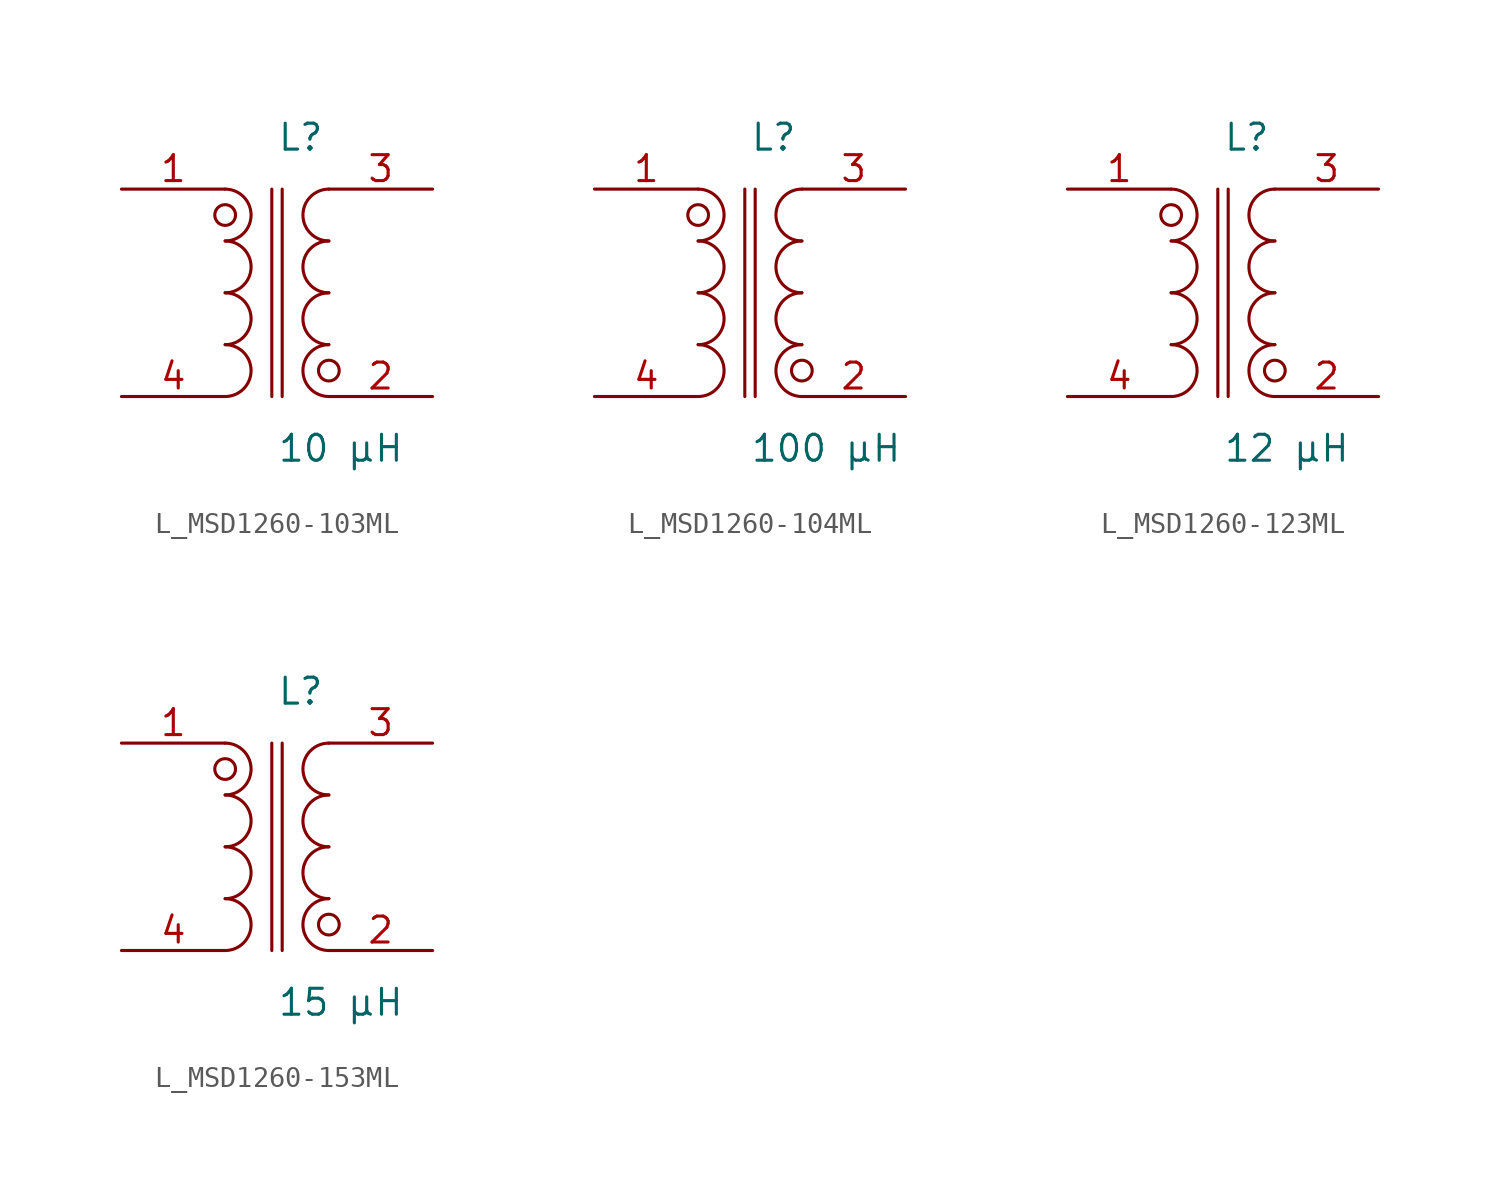
<source format=kicad_sym>
(kicad_symbol_lib
  (version 20231120)
  (generator kicad_symbol_editor)
  (generator_version 8.0)
  (symbol "L_MSD1260-103ML"
    (pin_names
      (offset 0.254))
    (property "Value" "10 µH"
      (at 0 -7.62 0)
      (effects (font (size 1.27 1.27)) (justify left)))
    (property "Reference" "L"
      (at 0 7.62 0)
      (effects (font (size 1.27 1.27)) (justify left)))
    (symbol "L_MSD1260-103ML_1_1"
      (arc (start -2.54 -5.08) (mid -1.27 -3.81) (end -2.54 -2.54) (stroke (width 0) (type default)) (fill (type none)))
      (arc (start -2.54 -2.54) (mid -1.27 -1.27) (end -2.54 0.0) (stroke (width 0) (type default)) (fill (type none)))
      (arc (start -2.54 0.0) (mid -1.27 1.27) (end -2.54 2.54) (stroke (width 0) (type default)) (fill (type none)))
      (arc (start -2.54 2.54) (mid -1.27 3.81) (end -2.54 5.08) (stroke (width 0) (type default)) (fill (type none)))
      (arc (start 2.54 5.08) (mid 1.27 3.81) (end 2.54 2.54) (stroke (width 0) (type default)) (fill (type none)))
      (arc (start 2.54 2.54) (mid 1.27 1.27) (end 2.54 0.0) (stroke (width 0) (type default)) (fill (type none)))
      (arc (start 2.54 0.0) (mid 1.27 -1.27) (end 2.54 -2.54) (stroke (width 0) (type default)) (fill (type none)))
      (arc (start 2.54 -2.54) (mid 1.27 -3.81) (end 2.54 -5.08) (stroke (width 0) (type default)) (fill (type none)))
      (circle (center -2.54 3.81) (radius 0.508) (stroke (width 0) (type default)) (fill (type none)))
      (circle (center 2.54 -3.81) (radius 0.508) (stroke (width 0) (type default)) (fill (type none)))
      (polyline (pts (xy -0.254 5.08) (xy -0.254 -5.08)) (stroke (width 0) (type default)) (fill (type none)))
      (polyline (pts (xy 0.254 5.08) (xy 0.254 -5.08)) (stroke (width 0) (type default)) (fill (type none)))
      (pin unspecified line (at -7.62 5.08 0) (length 5.08) (name "" (effects (font (size 1.27 1.27)))) (number "1" (effects (font (size 1.27 1.27)))))
      (pin unspecified line (at -7.62 -5.08 0) (length 5.08) (name "" (effects (font (size 1.27 1.27)))) (number "4" (effects (font (size 1.27 1.27)))))
      (pin unspecified line (at 7.62 5.08 180) (length 5.08) (name "" (effects (font (size 1.27 1.27)))) (number "3" (effects (font (size 1.27 1.27)))))
      (pin unspecified line (at 7.62 -5.08 180) (length 5.08) (name "" (effects (font (size 1.27 1.27)))) (number "2" (effects (font (size 1.27 1.27)))))))
  (symbol "L_MSD1260-104ML"
    (pin_names
      (offset 0.254))
    (property "Value" "100 µH"
      (at 0 -7.62 0)
      (effects (font (size 1.27 1.27)) (justify left)))
    (property "Reference" "L"
      (at 0 7.62 0)
      (effects (font (size 1.27 1.27)) (justify left)))
    (symbol "L_MSD1260-104ML_1_1"
      (arc (start -2.54 -5.08) (mid -1.27 -3.81) (end -2.54 -2.54) (stroke (width 0) (type default)) (fill (type none)))
      (arc (start -2.54 -2.54) (mid -1.27 -1.27) (end -2.54 0.0) (stroke (width 0) (type default)) (fill (type none)))
      (arc (start -2.54 0.0) (mid -1.27 1.27) (end -2.54 2.54) (stroke (width 0) (type default)) (fill (type none)))
      (arc (start -2.54 2.54) (mid -1.27 3.81) (end -2.54 5.08) (stroke (width 0) (type default)) (fill (type none)))
      (arc (start 2.54 5.08) (mid 1.27 3.81) (end 2.54 2.54) (stroke (width 0) (type default)) (fill (type none)))
      (arc (start 2.54 2.54) (mid 1.27 1.27) (end 2.54 0.0) (stroke (width 0) (type default)) (fill (type none)))
      (arc (start 2.54 0.0) (mid 1.27 -1.27) (end 2.54 -2.54) (stroke (width 0) (type default)) (fill (type none)))
      (arc (start 2.54 -2.54) (mid 1.27 -3.81) (end 2.54 -5.08) (stroke (width 0) (type default)) (fill (type none)))
      (circle (center -2.54 3.81) (radius 0.508) (stroke (width 0) (type default)) (fill (type none)))
      (circle (center 2.54 -3.81) (radius 0.508) (stroke (width 0) (type default)) (fill (type none)))
      (polyline (pts (xy -0.254 5.08) (xy -0.254 -5.08)) (stroke (width 0) (type default)) (fill (type none)))
      (polyline (pts (xy 0.254 5.08) (xy 0.254 -5.08)) (stroke (width 0) (type default)) (fill (type none)))
      (pin unspecified line (at -7.62 5.08 0) (length 5.08) (name "" (effects (font (size 1.27 1.27)))) (number "1" (effects (font (size 1.27 1.27)))))
      (pin unspecified line (at -7.62 -5.08 0) (length 5.08) (name "" (effects (font (size 1.27 1.27)))) (number "4" (effects (font (size 1.27 1.27)))))
      (pin unspecified line (at 7.62 5.08 180) (length 5.08) (name "" (effects (font (size 1.27 1.27)))) (number "3" (effects (font (size 1.27 1.27)))))
      (pin unspecified line (at 7.62 -5.08 180) (length 5.08) (name "" (effects (font (size 1.27 1.27)))) (number "2" (effects (font (size 1.27 1.27)))))))
  (symbol "L_MSD1260-123ML"
    (pin_names
      (offset 0.254))
    (property "Value" "12 µH"
      (at 0 -7.62 0)
      (effects (font (size 1.27 1.27)) (justify left)))
    (property "Reference" "L"
      (at 0 7.62 0)
      (effects (font (size 1.27 1.27)) (justify left)))
    (symbol "L_MSD1260-123ML_1_1"
      (arc (start -2.54 -5.08) (mid -1.27 -3.81) (end -2.54 -2.54) (stroke (width 0) (type default)) (fill (type none)))
      (arc (start -2.54 -2.54) (mid -1.27 -1.27) (end -2.54 0.0) (stroke (width 0) (type default)) (fill (type none)))
      (arc (start -2.54 0.0) (mid -1.27 1.27) (end -2.54 2.54) (stroke (width 0) (type default)) (fill (type none)))
      (arc (start -2.54 2.54) (mid -1.27 3.81) (end -2.54 5.08) (stroke (width 0) (type default)) (fill (type none)))
      (arc (start 2.54 5.08) (mid 1.27 3.81) (end 2.54 2.54) (stroke (width 0) (type default)) (fill (type none)))
      (arc (start 2.54 2.54) (mid 1.27 1.27) (end 2.54 0.0) (stroke (width 0) (type default)) (fill (type none)))
      (arc (start 2.54 0.0) (mid 1.27 -1.27) (end 2.54 -2.54) (stroke (width 0) (type default)) (fill (type none)))
      (arc (start 2.54 -2.54) (mid 1.27 -3.81) (end 2.54 -5.08) (stroke (width 0) (type default)) (fill (type none)))
      (circle (center -2.54 3.81) (radius 0.508) (stroke (width 0) (type default)) (fill (type none)))
      (circle (center 2.54 -3.81) (radius 0.508) (stroke (width 0) (type default)) (fill (type none)))
      (polyline (pts (xy -0.254 5.08) (xy -0.254 -5.08)) (stroke (width 0) (type default)) (fill (type none)))
      (polyline (pts (xy 0.254 5.08) (xy 0.254 -5.08)) (stroke (width 0) (type default)) (fill (type none)))
      (pin unspecified line (at -7.62 5.08 0) (length 5.08) (name "" (effects (font (size 1.27 1.27)))) (number "1" (effects (font (size 1.27 1.27)))))
      (pin unspecified line (at -7.62 -5.08 0) (length 5.08) (name "" (effects (font (size 1.27 1.27)))) (number "4" (effects (font (size 1.27 1.27)))))
      (pin unspecified line (at 7.62 5.08 180) (length 5.08) (name "" (effects (font (size 1.27 1.27)))) (number "3" (effects (font (size 1.27 1.27)))))
      (pin unspecified line (at 7.62 -5.08 180) (length 5.08) (name "" (effects (font (size 1.27 1.27)))) (number "2" (effects (font (size 1.27 1.27)))))))
  (symbol "L_MSD1260-153ML"
    (pin_names
      (offset 0.254))
    (property "Value" "15 µH"
      (at 0 -7.62 0)
      (effects (font (size 1.27 1.27)) (justify left)))
    (property "Reference" "L"
      (at 0 7.62 0)
      (effects (font (size 1.27 1.27)) (justify left)))
    (symbol "L_MSD1260-153ML_1_1"
      (arc (start -2.54 -5.08) (mid -1.27 -3.81) (end -2.54 -2.54) (stroke (width 0) (type default)) (fill (type none)))
      (arc (start -2.54 -2.54) (mid -1.27 -1.27) (end -2.54 0.0) (stroke (width 0) (type default)) (fill (type none)))
      (arc (start -2.54 0.0) (mid -1.27 1.27) (end -2.54 2.54) (stroke (width 0) (type default)) (fill (type none)))
      (arc (start -2.54 2.54) (mid -1.27 3.81) (end -2.54 5.08) (stroke (width 0) (type default)) (fill (type none)))
      (arc (start 2.54 5.08) (mid 1.27 3.81) (end 2.54 2.54) (stroke (width 0) (type default)) (fill (type none)))
      (arc (start 2.54 2.54) (mid 1.27 1.27) (end 2.54 0.0) (stroke (width 0) (type default)) (fill (type none)))
      (arc (start 2.54 0.0) (mid 1.27 -1.27) (end 2.54 -2.54) (stroke (width 0) (type default)) (fill (type none)))
      (arc (start 2.54 -2.54) (mid 1.27 -3.81) (end 2.54 -5.08) (stroke (width 0) (type default)) (fill (type none)))
      (circle (center -2.54 3.81) (radius 0.508) (stroke (width 0) (type default)) (fill (type none)))
      (circle (center 2.54 -3.81) (radius 0.508) (stroke (width 0) (type default)) (fill (type none)))
      (polyline (pts (xy -0.254 5.08) (xy -0.254 -5.08)) (stroke (width 0) (type default)) (fill (type none)))
      (polyline (pts (xy 0.254 5.08) (xy 0.254 -5.08)) (stroke (width 0) (type default)) (fill (type none)))
      (pin unspecified line (at -7.62 5.08 0) (length 5.08) (name "" (effects (font (size 1.27 1.27)))) (number "1" (effects (font (size 1.27 1.27)))))
      (pin unspecified line (at -7.62 -5.08 0) (length 5.08) (name "" (effects (font (size 1.27 1.27)))) (number "4" (effects (font (size 1.27 1.27)))))
      (pin unspecified line (at 7.62 5.08 180) (length 5.08) (name "" (effects (font (size 1.27 1.27)))) (number "3" (effects (font (size 1.27 1.27)))))
      (pin unspecified line (at 7.62 -5.08 180) (length 5.08) (name "" (effects (font (size 1.27 1.27)))) (number "2" (effects (font (size 1.27 1.27))))))))
</source>
